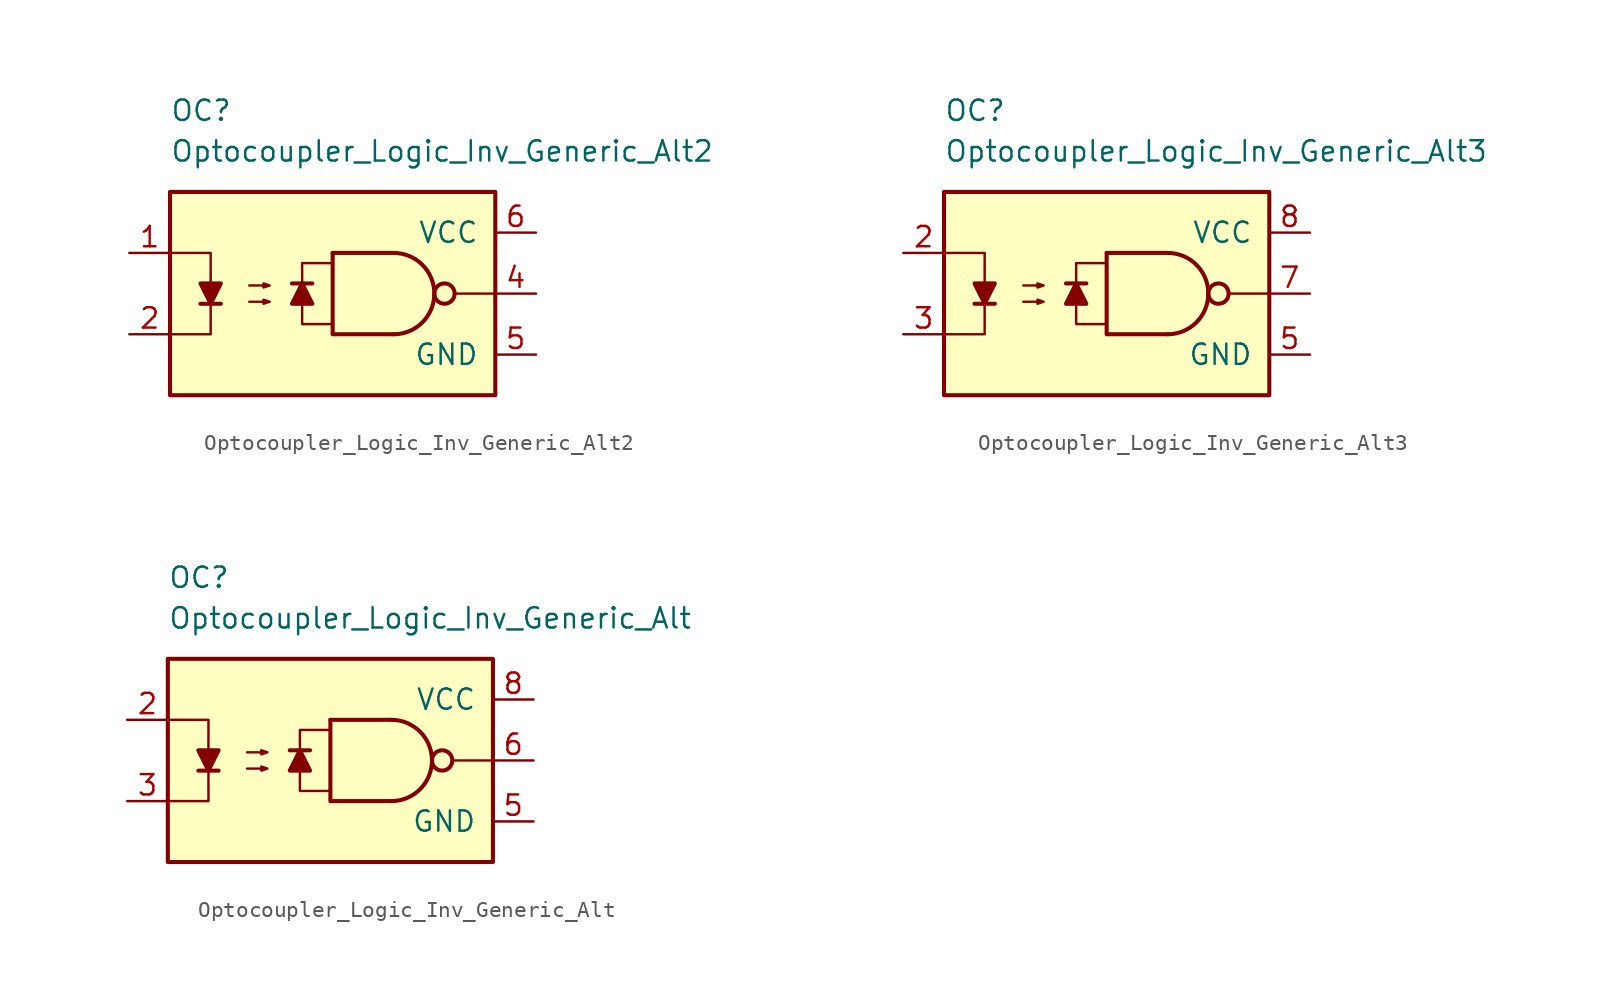
<source format=kicad_sym>
(kicad_symbol_lib
  (version 20211014)
  (generator kicad_symbol_editor)
  (symbol "Optocoupler_Logic_AKL:Optocoupler_Logic_Inv_Generic_Alt2"
    (pin_names
      (offset 1.016))
    (property "Reference" "OC"
      (at -10.16 11.43 0)
      (effects (font (size 1.27 1.27)) (justify left)))
    (property "Value" "Optocoupler_Logic_Inv_Generic_Alt2"
      (at -10.16 8.89 0)
      (effects (font (size 1.27 1.27)) (justify left)))
    (symbol "Optocoupler_Logic_Inv_Generic_Alt2_0_0"
      (rectangle (start -10.16 6.35) (end 10.16 -6.35) (stroke (width 0.254) (type default) (color 0 0 0 0)) (fill (type background)))
      (polyline (pts (xy 10.16 0) (xy 7.62 0)) (stroke (width 0) (type default) (color 0 0 0 0)) (fill (type none))))
    (symbol "Optocoupler_Logic_Inv_Generic_Alt2_0_1"
      (polyline (pts (xy -8.255 -0.635) (xy -6.985 -0.635)) (stroke (width 0.254) (type default) (color 0 0 0 0)) (fill (type none)))
      (polyline (pts (xy 0 2.54) (xy 3.81 2.54)) (stroke (width 0.254) (type default) (color 0 0 0 0)) (fill (type none)))
      (polyline (pts (xy -10.16 2.54) (xy -7.62 2.54) (xy -7.62 -0.635)) (stroke (width 0) (type default) (color 0 0 0 0)) (fill (type none)))
      (polyline (pts (xy -7.62 -0.635) (xy -7.62 -2.54) (xy -10.16 -2.54)) (stroke (width 0) (type default) (color 0 0 0 0)) (fill (type none)))
      (polyline (pts (xy 0 2.54) (xy 0 -2.54) (xy 3.81 -2.54)) (stroke (width 0.254) (type default) (color 0 0 0 0)) (fill (type none)))
      (polyline (pts (xy -7.62 -0.635) (xy -8.255 0.635) (xy -6.985 0.635) (xy -7.62 -0.635)) (stroke (width 0.254) (type default) (color 0 0 0 0)) (fill (type outline)))
      (polyline (pts (xy -5.207 -0.508) (xy -3.937 -0.508) (xy -4.318 -0.635) (xy -4.318 -0.381) (xy -3.937 -0.508)) (stroke (width 0) (type default) (color 0 0 0 0)) (fill (type none)))
      (polyline (pts (xy -5.207 0.508) (xy -3.937 0.508) (xy -4.318 0.381) (xy -4.318 0.635) (xy -3.937 0.508)) (stroke (width 0) (type default) (color 0 0 0 0)) (fill (type none)))
      (arc (start 3.81 -2.54) (mid 6.35 0) (end 3.81 2.54) (stroke (width 0.254) (type default) (color 0 0 0 0)) (fill (type none)))
      (circle (center 6.985 0) (radius 0.635) (stroke (width 0.254)) (stroke (width 0.254) (type default) (color 0 0 0 0)) (fill (type none))))
    (symbol "Optocoupler_Logic_Inv_Generic_Alt2_1_1"
      (polyline (pts (xy -1.27 0.635) (xy -2.54 0.635)) (stroke (width 0.254) (type default) (color 0 0 0 0)) (fill (type none)))
      (polyline (pts (xy -1.905 0.635) (xy -1.27 -0.635) (xy -2.54 -0.635) (xy -1.905 0.635)) (stroke (width 0.254) (type default) (color 0 0 0 0)) (fill (type outline)))
      (polyline (pts (xy 0 -1.905) (xy -1.905 -1.905) (xy -1.905 1.905) (xy 0 1.905)) (stroke (width 0.152) (type default) (color 0 0 0 0)) (fill (type none)))
      (pin passive line (at -12.7 2.54 0) (length 2.54) (name "~" (effects (font (size 1.27 1.27)))) (number "1" (effects (font (size 1.27 1.27)))))
      (pin passive line (at -12.7 -2.54 0) (length 2.54) (name "~" (effects (font (size 1.27 1.27)))) (number "2" (effects (font (size 1.27 1.27)))))
      (pin output line (at 12.7 0 180) (length 2.54) (name "~" (effects (font (size 1.27 1.27)))) (number "4" (effects (font (size 1.27 1.27)))))
      (pin power_in line (at 12.7 -3.81 180) (length 2.54) (name "GND" (effects (font (size 1.27 1.27)))) (number "5" (effects (font (size 1.27 1.27)))))
      (pin power_in line (at 12.7 3.81 180) (length 2.54) (name "VCC" (effects (font (size 1.27 1.27)))) (number "6" (effects (font (size 1.27 1.27)))))))
  (symbol "Optocoupler_Logic_AKL:Optocoupler_Logic_Inv_Generic_Alt3"
    (pin_names
      (offset 1.016))
    (property "Reference" "OC"
      (at -10.16 11.43 0)
      (effects (font (size 1.27 1.27)) (justify left)))
    (property "Value" "Optocoupler_Logic_Inv_Generic_Alt3"
      (at -10.16 8.89 0)
      (effects (font (size 1.27 1.27)) (justify left)))
    (symbol "Optocoupler_Logic_Inv_Generic_Alt3_0_0"
      (rectangle (start -10.16 6.35) (end 10.16 -6.35) (stroke (width 0.254) (type default) (color 0 0 0 0)) (fill (type background)))
      (polyline (pts (xy 10.16 0) (xy 7.62 0)) (stroke (width 0) (type default) (color 0 0 0 0)) (fill (type none))))
    (symbol "Optocoupler_Logic_Inv_Generic_Alt3_0_1"
      (polyline (pts (xy -8.255 -0.635) (xy -6.985 -0.635)) (stroke (width 0.254) (type default) (color 0 0 0 0)) (fill (type none)))
      (polyline (pts (xy 0 2.54) (xy 3.81 2.54)) (stroke (width 0.254) (type default) (color 0 0 0 0)) (fill (type none)))
      (polyline (pts (xy -10.16 2.54) (xy -7.62 2.54) (xy -7.62 -0.635)) (stroke (width 0) (type default) (color 0 0 0 0)) (fill (type none)))
      (polyline (pts (xy -7.62 -0.635) (xy -7.62 -2.54) (xy -10.16 -2.54)) (stroke (width 0) (type default) (color 0 0 0 0)) (fill (type none)))
      (polyline (pts (xy 0 2.54) (xy 0 -2.54) (xy 3.81 -2.54)) (stroke (width 0.254) (type default) (color 0 0 0 0)) (fill (type none)))
      (polyline (pts (xy -7.62 -0.635) (xy -8.255 0.635) (xy -6.985 0.635) (xy -7.62 -0.635)) (stroke (width 0.254) (type default) (color 0 0 0 0)) (fill (type outline)))
      (polyline (pts (xy -5.207 -0.508) (xy -3.937 -0.508) (xy -4.318 -0.635) (xy -4.318 -0.381) (xy -3.937 -0.508)) (stroke (width 0) (type default) (color 0 0 0 0)) (fill (type none)))
      (polyline (pts (xy -5.207 0.508) (xy -3.937 0.508) (xy -4.318 0.381) (xy -4.318 0.635) (xy -3.937 0.508)) (stroke (width 0) (type default) (color 0 0 0 0)) (fill (type none)))
      (arc (start 3.81 -2.54) (mid 6.35 0) (end 3.81 2.54) (stroke (width 0.254) (type default) (color 0 0 0 0)) (fill (type none)))
      (circle (center 6.985 0) (radius 0.635) (stroke (width 0.254)) (stroke (width 0.254) (type default) (color 0 0 0 0)) (fill (type none))))
    (symbol "Optocoupler_Logic_Inv_Generic_Alt3_1_1"
      (polyline (pts (xy -1.27 0.635) (xy -2.54 0.635)) (stroke (width 0.254) (type default) (color 0 0 0 0)) (fill (type none)))
      (polyline (pts (xy -1.905 0.635) (xy -1.27 -0.635) (xy -2.54 -0.635) (xy -1.905 0.635)) (stroke (width 0.254) (type default) (color 0 0 0 0)) (fill (type outline)))
      (polyline (pts (xy 0 -1.905) (xy -1.905 -1.905) (xy -1.905 1.905) (xy 0 1.905)) (stroke (width 0.152) (type default) (color 0 0 0 0)) (fill (type none)))
      (pin passive line (at -12.7 2.54 0) (length 2.54) (name "~" (effects (font (size 1.27 1.27)))) (number "2" (effects (font (size 1.27 1.27)))))
      (pin passive line (at -12.7 -2.54 0) (length 2.54) (name "~" (effects (font (size 1.27 1.27)))) (number "3" (effects (font (size 1.27 1.27)))))
      (pin power_in line (at 12.7 -3.81 180) (length 2.54) (name "GND" (effects (font (size 1.27 1.27)))) (number "5" (effects (font (size 1.27 1.27)))))
      (pin output line (at 12.7 0 180) (length 2.54) (name "~" (effects (font (size 1.27 1.27)))) (number "7" (effects (font (size 1.27 1.27)))))
      (pin power_in line (at 12.7 3.81 180) (length 2.54) (name "VCC" (effects (font (size 1.27 1.27)))) (number "8" (effects (font (size 1.27 1.27)))))))
  (symbol "Optocoupler_Logic_AKL:Optocoupler_Logic_Inv_Generic_Alt"
    (pin_names
      (offset 1.016))
    (property "Reference" "OC"
      (at -10.16 11.43 0)
      (effects (font (size 1.27 1.27)) (justify left)))
    (property "Value" "Optocoupler_Logic_Inv_Generic_Alt"
      (at -10.16 8.89 0)
      (effects (font (size 1.27 1.27)) (justify left)))
    (symbol "Optocoupler_Logic_Inv_Generic_Alt_0_0"
      (rectangle (start -10.16 6.35) (end 10.16 -6.35) (stroke (width 0.254) (type default) (color 0 0 0 0)) (fill (type background)))
      (polyline (pts (xy 10.16 0) (xy 7.62 0)) (stroke (width 0) (type default) (color 0 0 0 0)) (fill (type none))))
    (symbol "Optocoupler_Logic_Inv_Generic_Alt_0_1"
      (polyline (pts (xy -8.255 -0.635) (xy -6.985 -0.635)) (stroke (width 0.254) (type default) (color 0 0 0 0)) (fill (type none)))
      (polyline (pts (xy 0 2.54) (xy 3.81 2.54)) (stroke (width 0.254) (type default) (color 0 0 0 0)) (fill (type none)))
      (polyline (pts (xy -10.16 2.54) (xy -7.62 2.54) (xy -7.62 -0.635)) (stroke (width 0) (type default) (color 0 0 0 0)) (fill (type none)))
      (polyline (pts (xy -7.62 -0.635) (xy -7.62 -2.54) (xy -10.16 -2.54)) (stroke (width 0) (type default) (color 0 0 0 0)) (fill (type none)))
      (polyline (pts (xy 0 2.54) (xy 0 -2.54) (xy 3.81 -2.54)) (stroke (width 0.254) (type default) (color 0 0 0 0)) (fill (type none)))
      (polyline (pts (xy -7.62 -0.635) (xy -8.255 0.635) (xy -6.985 0.635) (xy -7.62 -0.635)) (stroke (width 0.254) (type default) (color 0 0 0 0)) (fill (type outline)))
      (polyline (pts (xy -5.207 -0.508) (xy -3.937 -0.508) (xy -4.318 -0.635) (xy -4.318 -0.381) (xy -3.937 -0.508)) (stroke (width 0) (type default) (color 0 0 0 0)) (fill (type none)))
      (polyline (pts (xy -5.207 0.508) (xy -3.937 0.508) (xy -4.318 0.381) (xy -4.318 0.635) (xy -3.937 0.508)) (stroke (width 0) (type default) (color 0 0 0 0)) (fill (type none)))
      (arc (start 3.81 -2.54) (mid 6.35 0) (end 3.81 2.54) (stroke (width 0.254) (type default) (color 0 0 0 0)) (fill (type none)))
      (circle (center 6.985 0) (radius 0.635) (stroke (width 0.254)) (stroke (width 0.254) (type default) (color 0 0 0 0)) (fill (type none))))
    (symbol "Optocoupler_Logic_Inv_Generic_Alt_1_1"
      (polyline (pts (xy -1.27 0.635) (xy -2.54 0.635)) (stroke (width 0.254) (type default) (color 0 0 0 0)) (fill (type none)))
      (polyline (pts (xy -1.905 0.635) (xy -1.27 -0.635) (xy -2.54 -0.635) (xy -1.905 0.635)) (stroke (width 0.254) (type default) (color 0 0 0 0)) (fill (type outline)))
      (polyline (pts (xy 0 -1.905) (xy -1.905 -1.905) (xy -1.905 1.905) (xy 0 1.905)) (stroke (width 0.152) (type default) (color 0 0 0 0)) (fill (type none)))
      (pin passive line (at -12.7 2.54 0) (length 2.54) (name "~" (effects (font (size 1.27 1.27)))) (number "2" (effects (font (size 1.27 1.27)))))
      (pin passive line (at -12.7 -2.54 0) (length 2.54) (name "~" (effects (font (size 1.27 1.27)))) (number "3" (effects (font (size 1.27 1.27)))))
      (pin power_in line (at 12.7 -3.81 180) (length 2.54) (name "GND" (effects (font (size 1.27 1.27)))) (number "5" (effects (font (size 1.27 1.27)))))
      (pin output line (at 12.7 0 180) (length 2.54) (name "~" (effects (font (size 1.27 1.27)))) (number "6" (effects (font (size 1.27 1.27)))))
      (pin power_in line (at 12.7 3.81 180) (length 2.54) (name "VCC" (effects (font (size 1.27 1.27)))) (number "8" (effects (font (size 1.27 1.27))))))))
</source>
